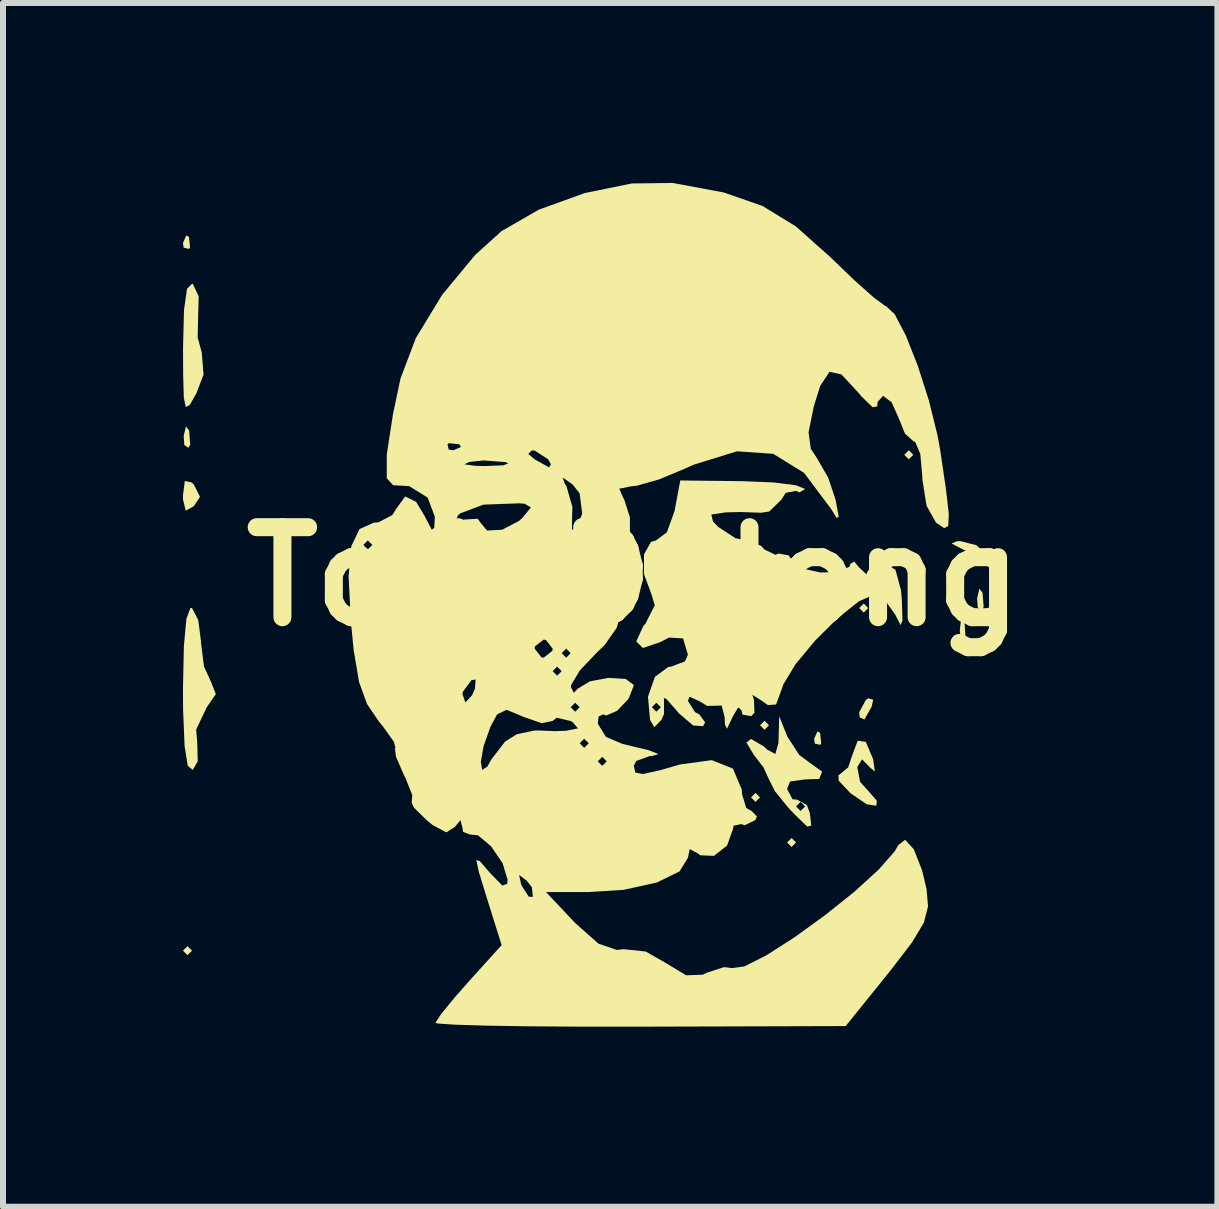
<source format=kicad_pcb>
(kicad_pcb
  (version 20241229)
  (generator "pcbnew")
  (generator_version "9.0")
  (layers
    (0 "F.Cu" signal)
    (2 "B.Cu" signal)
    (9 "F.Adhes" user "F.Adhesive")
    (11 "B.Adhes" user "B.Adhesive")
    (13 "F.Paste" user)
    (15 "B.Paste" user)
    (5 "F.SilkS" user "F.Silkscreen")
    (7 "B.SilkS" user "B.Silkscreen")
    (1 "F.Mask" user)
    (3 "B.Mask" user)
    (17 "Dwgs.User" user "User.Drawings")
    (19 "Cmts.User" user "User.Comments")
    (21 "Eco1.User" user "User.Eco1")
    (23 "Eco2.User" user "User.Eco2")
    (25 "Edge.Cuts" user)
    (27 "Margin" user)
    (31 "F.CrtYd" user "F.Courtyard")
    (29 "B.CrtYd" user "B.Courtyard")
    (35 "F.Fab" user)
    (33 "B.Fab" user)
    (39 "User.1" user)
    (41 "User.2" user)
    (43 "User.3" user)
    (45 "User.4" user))
  (footprint "ToddDelong"
    (layer "F.Cu")
    (at 7.515 6.56)
    (property "Reference" "ToddDelong" (at 0 0 0) (layer "F.SilkS") (effects (font (size 1.5 1.5) (thickness 0.3))))
    (attr board_only exclude_from_pos_files exclude_from_bom)
    (fp_poly (pts (xy -7.364 6.237) (xy -7.44 6.312) (xy -7.515 6.237) (xy -7.44 6.162)) (stroke (width 0) (type solid)) (fill yes) (layer "F.SilkS"))
    (fp_poly (pts (xy 2.104 3.682) (xy 2.029 3.757) (xy 1.954 3.682) (xy 2.029 3.607)) (stroke (width 0) (type solid)) (fill yes) (layer "F.SilkS"))
    (fp_poly (pts (xy 2.254 2.48) (xy 2.179 2.555) (xy 2.104 2.48) (xy 2.179 2.405)) (stroke (width 0) (type solid)) (fill yes) (layer "F.SilkS"))
    (fp_poly (pts (xy 2.705 4.434) (xy 2.63 4.509) (xy 2.555 4.434) (xy 2.63 4.359)) (stroke (width 0) (type solid)) (fill yes) (layer "F.SilkS"))
    (fp_poly (pts (xy 3.908 0.526) (xy 3.833 0.601) (xy 3.757 0.526) (xy 3.833 0.451)) (stroke (width 0) (type solid)) (fill yes) (layer "F.SilkS"))
    (fp_poly (pts (xy 4.659 -2.029) (xy 4.584 -1.954) (xy 4.509 -2.029) (xy 4.584 -2.104)) (stroke (width 0) (type solid)) (fill yes) (layer "F.SilkS"))
    (fp_poly (pts (xy -7.415 -5.661) (xy -7.397 -5.483) (xy -7.415 -5.461) (xy -7.504 -5.481) (xy -7.515 -5.561) (xy -7.46 -5.685)) (stroke (width 0) (type solid)) (fill yes) (layer "F.SilkS"))
    (fp_poly (pts (xy -7.412 -2.433) (xy -7.394 -2.198) (xy -7.424 -2.145) (xy -7.492 -2.19) (xy -7.503 -2.342) (xy -7.466 -2.502)) (stroke (width 0) (type solid)) (fill yes) (layer "F.SilkS"))
    (fp_poly (pts (xy 3.106 2.605) (xy 3.124 2.783) (xy 3.106 2.806) (xy 3.017 2.785) (xy 3.006 2.705) (xy 3.061 2.582)) (stroke (width 0) (type solid)) (fill yes) (layer "F.SilkS"))
    (fp_poly (pts (xy 5.51 0.714) (xy 5.53 1.022) (xy 5.51 1.09) (xy 5.455 1.109) (xy 5.434 0.902) (xy 5.458 0.688)) (stroke (width 0) (type solid)) (fill yes) (layer "F.SilkS"))
    (fp_poly (pts (xy 5.814 0.272) (xy 5.832 0.507) (xy 5.802 0.56) (xy 5.734 0.516) (xy 5.723 0.363) (xy 5.76 0.203)) (stroke (width 0) (type solid)) (fill yes) (layer "F.SilkS"))
    (fp_poly (pts (xy 3.991 2.054) (xy 3.965 2.171) (xy 3.844 2.383) (xy 3.765 2.348) (xy 3.757 2.263) (xy 3.867 2.06) (xy 3.906 2.03)) (stroke (width 0) (type solid)) (fill yes) (layer "F.SilkS"))
    (fp_poly (pts (xy -7.371 -1.568) (xy -7.334 -1.533) (xy -7.231 -1.328) (xy -7.334 -1.172) (xy -7.469 -1.098) (xy -7.514 -1.28) (xy -7.515 -1.353) (xy -7.484 -1.592)) (stroke (width 0) (type solid)) (fill yes) (layer "F.SilkS"))
    (fp_poly (pts (xy 5.71 -0.522) (xy 5.786 -0.451) (xy 5.845 -0.335) (xy 5.759 -0.338) (xy 5.486 -0.451) (xy 5.297 -0.55) (xy 5.382 -0.587) (xy 5.439 -0.591)) (stroke (width 0) (type solid)) (fill yes) (layer "F.SilkS"))
    (fp_poly (pts (xy -7.35 -4.876) (xy -7.253 -4.669) (xy -7.261 -4.38) (xy -7.27 -3.986) (xy -7.202 -3.735) (xy -7.172 -3.366) (xy -7.29 -3.057) (xy -7.401 -2.861) (xy -7.468 -2.823) (xy -7.501 -2.982) (xy -7.512 -3.377) (xy -7.514 -3.804) (xy -7.498 -4.441) (xy -7.448 -4.795) (xy -7.362 -4.882)) (stroke (width 0) (type solid)) (fill yes) (layer "F.SilkS"))
    (fp_poly (pts (xy -7.364 0.526) (xy -7.26 0.727) (xy -7.214 1.087) (xy -7.214 1.106) (xy -7.165 1.498) (xy -7.045 1.762) (xy -7.044 1.764) (xy -6.967 1.961) (xy -7.119 2.18) (xy -7.295 2.551) (xy -7.277 2.775) (xy -7.269 3.081) (xy -7.352 3.224) (xy -7.435 3.157) (xy -7.488 2.825) (xy -7.513 2.215) (xy -7.515 1.879) (xy -7.5 1.162) (xy -7.458 0.705) (xy -7.39 0.523)) (stroke (width 0) (type solid)) (fill yes) (layer "F.SilkS"))
    (fp_poly (pts (xy 3.867 2.756) (xy 3.989 3.043) (xy 4.019 3.251) (xy 3.94 3.187) (xy 3.932 3.177) (xy 3.805 3.047) (xy 3.725 3.177) (xy 3.773 3.424) (xy 3.894 3.557) (xy 4.051 3.737) (xy 4.044 3.821) (xy 3.883 3.797) (xy 3.617 3.616) (xy 3.608 3.608) (xy 3.415 3.403) (xy 3.412 3.307) (xy 3.423 3.307) (xy 3.575 3.18) (xy 3.634 3) (xy 3.732 2.737)) (stroke (width 0) (type solid)) (fill yes) (layer "F.SilkS"))
    (fp_poly (pts (xy 2.561 2.671) (xy 2.757 2.973) (xy 2.927 3.1) (xy 3.139 3.252) (xy 3.091 3.375) (xy 2.856 3.382) (xy 2.605 3.417) (xy 2.555 3.541) (xy 2.646 3.713) (xy 2.723 3.72) (xy 2.885 3.81) (xy 2.935 3.945) (xy 2.958 4.154) (xy 2.891 4.168) (xy 2.688 3.973) (xy 2.581 3.86) (xy 2.558 3.833) (xy 2.705 3.833) (xy 2.78 3.908) (xy 2.856 3.833) (xy 2.78 3.757) (xy 2.705 3.833) (xy 2.558 3.833) (xy 2.353 3.58) (xy 2.255 3.387) (xy 2.254 3.384) (xy 2.163 3.184) (xy 2.006 2.98) (xy 1.877 2.767) (xy 1.954 2.708) (xy 2.167 2.832) (xy 2.224 2.886) (xy 2.36 2.959) (xy 2.411 2.776) (xy 2.414 2.698) (xy 2.424 2.33)) (stroke (width 0) (type solid)) (fill yes) (layer "F.SilkS"))
    (fp_poly (pts (xy 1.815 -1.589) (xy 2.33 -1.568) (xy 2.702 -1.521) (xy 2.855 -1.46) (xy 2.855 -1.457) (xy 2.761 -1.402) (xy 2.704 -1.428) (xy 2.533 -1.395) (xy 2.46 -1.281) (xy 2.259 -1.084) (xy 2.123 -1.063) (xy 1.774 -1.075) (xy 1.53 -1.069) (xy 1.292 -1.033) (xy 1.32 -0.918) (xy 1.406 -0.827) (xy 1.693 -0.64) (xy 1.859 -0.601) (xy 2.121 -0.512) (xy 2.181 -0.448) (xy 2.362 -0.362) (xy 2.416 -0.383) (xy 2.584 -0.351) (xy 2.633 -0.273) (xy 2.805 -0.136) (xy 3.107 -0.067) (xy 3.413 -0.074) (xy 3.597 -0.165) (xy 3.609 -0.209) (xy 3.673 -0.25) (xy 3.757 -0.15) (xy 3.877 -0.038) (xy 3.905 -0.099) (xy 4.028 -0.229) (xy 4.171 -0.236) (xy 4.362 -0.111) (xy 4.455 0.232) (xy 4.468 0.389) (xy 4.479 0.735) (xy 4.447 0.809) (xy 4.36 0.64) (xy 4.36 0.639) (xy 4.175 0.378) (xy 4.012 0.301) (xy 3.756 0.411) (xy 3.401 0.692) (xy 3.023 1.068) (xy 2.695 1.463) (xy 2.491 1.802) (xy 2.468 1.871) (xy 2.371 2.134) (xy 2.234 2.143) (xy 2.133 2.071) (xy 1.977 1.972) (xy 2.003 2.056) (xy 2.011 2.272) (xy 1.956 2.328) (xy 1.813 2.303) (xy 1.793 2.226) (xy 1.74 2.182) (xy 1.653 2.33) (xy 1.553 2.538) (xy 1.52 2.472) (xy 1.514 2.342) (xy 1.465 2.151) (xy 1.404 2.153) (xy 1.223 2.157) (xy 1.103 2.084) (xy 0.93 2.003) (xy 0.902 2.073) (xy 1.021 2.261) (xy 1.09 2.296) (xy 1.189 2.43) (xy 1.155 2.495) (xy 0.989 2.483) (xy 0.75 2.279) (xy 0.728 2.252) (xy 0.546 2.044) (xy 0.496 2.02) (xy 0.503 2.036) (xy 0.504 2.291) (xy 0.459 2.391) (xy 0.342 2.513) (xy 0.271 2.39) (xy 0.252 2.179) (xy 0.301 2.179) (xy 0.376 2.254) (xy 0.451 2.179) (xy 0.376 2.104) (xy 0.301 2.179) (xy 0.252 2.179) (xy 0.236 2.004) (xy 0.352 1.673) (xy 0.576 1.507) (xy 0.619 1.503) (xy 0.853 1.415) (xy 0.902 1.303) (xy 0.821 1.032) (xy 0.587 1.018) (xy 0.442 1.093) (xy 0.152 1.192) (xy 0.041 1.083) (xy 0.158 0.828) (xy 0.194 0.787) (xy 0.349 0.48) (xy 0.295 0.297) (xy 0.17 -0.039) (xy 0.17 -0.368) (xy 0.286 -0.577) (xy 0.369 -0.601) (xy 0.551 -0.737) (xy 0.679 -1.09) (xy 0.681 -1.101) (xy 0.775 -1.601)) (stroke (width 0) (type solid)) (fill yes) (layer "F.SilkS"))
    (fp_poly (pts (xy 0.662 -6.558) (xy 1.501 -6.401) (xy 2.145 -6.177) (xy 2.7 -5.837) (xy 3.27 -5.33) (xy 3.279 -5.321) (xy 3.682 -4.934) (xy 4.004 -4.647) (xy 4.188 -4.513) (xy 4.202 -4.509) (xy 4.348 -4.374) (xy 4.534 -4.019) (xy 4.733 -3.516) (xy 4.918 -2.937) (xy 5.063 -2.353) (xy 5.108 -2.104) (xy 5.205 -1.446) (xy 5.251 -1.039) (xy 5.242 -0.841) (xy 5.175 -0.806) (xy 5.048 -0.891) (xy 5.035 -0.902) (xy 4.88 -1.18) (xy 4.81 -1.62) (xy 4.809 -1.672) (xy 4.776 -2.041) (xy 4.692 -2.242) (xy 4.662 -2.254) (xy 4.52 -2.382) (xy 4.42 -2.63) (xy 4.299 -2.903) (xy 4.156 -3.011) (xy 4.064 -2.911) (xy 4.058 -2.835) (xy 3.981 -2.821) (xy 3.79 -3.007) (xy 3.746 -3.061) (xy 3.461 -3.369) (xy 3.262 -3.412) (xy 3.107 -3.177) (xy 3.002 -2.841) (xy 2.913 -2.403) (xy 2.951 -2.128) (xy 3.051 -1.977) (xy 3.241 -1.647) (xy 3.364 -1.278) (xy 3.416 -0.994) (xy 3.382 -0.977) (xy 3.288 -1.127) (xy 2.838 -1.728) (xy 2.324 -2.045) (xy 1.719 -2.087) (xy 0.993 -1.862) (xy 0.866 -1.804) (xy 0.423 -1.619) (xy 0.049 -1.513) (xy -0.047 -1.503) (xy -0.242 -1.464) (xy -0.175 -1.307) (xy -0.163 -1.293) (xy -0.065 -0.987) (xy -0.063 -0.413) (xy -0.089 -0.097) (xy -0.169 0.482) (xy -0.288 0.861) (xy -0.486 1.142) (xy -0.621 1.272) (xy -0.9 1.566) (xy -1.044 1.807) (xy -1.05 1.842) (xy -1 1.938) (xy -0.937 1.872) (xy -0.733 1.748) (xy -0.423 1.69) (xy -0.136 1.707) (xy -0.001 1.807) (xy 0 1.816) (xy -0.087 2.038) (xy -0.278 2.239) (xy -0.464 2.318) (xy -0.508 2.297) (xy -0.587 2.334) (xy -0.601 2.452) (xy -0.465 2.673) (xy -0.188 2.791) (xy 0.251 2.896) (xy 0.412 2.96) (xy 0.314 2.991) (xy 0.263 2.994) (xy 0.04 3.075) (xy 0 3.156) (xy 0.026 3.269) (xy 0.15 3.293) (xy 0.444 3.228) (xy 0.767 3.134) (xy 1.3 3.061) (xy 1.653 3.203) (xy 1.8 3.55) (xy 1.804 3.626) (xy 1.874 3.859) (xy 1.963 3.908) (xy 2.052 4) (xy 2.027 4.06) (xy 1.847 4.147) (xy 1.793 4.127) (xy 1.663 4.153) (xy 1.653 4.21) (xy 1.555 4.485) (xy 1.336 4.657) (xy 1.107 4.647) (xy 1.072 4.619) (xy 0.932 4.543) (xy 0.902 4.69) (xy 0.762 4.916) (xy 0.384 5.101) (xy -0.17 5.223) (xy -0.754 5.26) (xy -1.463 5.26) (xy -0.976 5.777) (xy -0.589 6.12) (xy -0.28 6.226) (xy -0.175 6.212) (xy 0.199 6.251) (xy 0.536 6.444) (xy 0.873 6.648) (xy 1.146 6.638) (xy 1.222 6.603) (xy 1.506 6.511) (xy 1.637 6.528) (xy 1.844 6.5) (xy 2.212 6.313) (xy 2.681 6.013) (xy 3.189 5.645) (xy 3.678 5.254) (xy 4.085 4.883) (xy 4.351 4.579) (xy 4.407 4.479) (xy 4.523 4.389) (xy 4.667 4.546) (xy 4.807 4.901) (xy 4.88 5.211) (xy 4.905 5.498) (xy 4.836 5.769) (xy 4.637 6.101) (xy 4.274 6.574) (xy 4.252 6.601) (xy 3.532 7.494) (xy 0.113 7.504) (xy -0.865 7.504) (xy -1.733 7.498) (xy -2.451 7.487) (xy -2.975 7.471) (xy -3.263 7.452) (xy -3.307 7.44) (xy -3.214 7.296) (xy -2.976 7.006) (xy -2.755 6.755) (xy -2.203 6.144) (xy -2.448 5.364) (xy -2.584 4.922) (xy -2.625 4.727) (xy -2.568 4.743) (xy -2.407 4.929) (xy -2.398 4.939) (xy -2.192 5.152) (xy -2.11 5.123) (xy -2.104 5.053) (xy -2.128 4.975) (xy -1.911 4.975) (xy -1.88 5.126) (xy -1.869 5.154) (xy -1.75 5.338) (xy -1.682 5.339) (xy -1.699 5.18) (xy -1.785 5.07) (xy -1.911 4.975) (xy -2.128 4.975) (xy -2.187 4.779) (xy -2.378 4.499) (xy -2.596 4.314) (xy -2.732 4.3) (xy -2.845 4.257) (xy -2.858 4.18) (xy -2.889 4.061) (xy -2.982 4.174) (xy -3.125 4.265) (xy -3.358 4.14) (xy -3.453 4.061) (xy -3.665 3.853) (xy -3.707 3.758) (xy -3.701 3.757) (xy -3.693 3.642) (xy -3.806 3.36) (xy -3.833 3.307) (xy -3.927 3.09) (xy -2.55 3.09) (xy -2.527 3.225) (xy -2.439 3.166) (xy -2.392 3.081) (xy -0.601 3.081) (xy -0.526 3.156) (xy -0.451 3.081) (xy -0.526 3.006) (xy -0.601 3.081) (xy -2.392 3.081) (xy -2.373 3.047) (xy -2.167 2.78) (xy -0.902 2.78) (xy -0.827 2.856) (xy -0.751 2.78) (xy -0.827 2.705) (xy -0.902 2.78) (xy -2.167 2.78) (xy -2.145 2.751) (xy -1.948 2.628) (xy -1.657 2.568) (xy -1.556 2.568) (xy -1.31 2.578) (xy -1.127 2.571) (xy -0.931 2.532) (xy -1.013 2.433) (xy -1.048 2.41) (xy -1.284 2.354) (xy -1.354 2.408) (xy -1.534 2.446) (xy -1.831 2.342) (xy -2.12 2.222) (xy -2.279 2.298) (xy -2.389 2.504) (xy -2.504 2.828) (xy -2.55 3.09) (xy -3.927 3.09) (xy -3.964 3.006) (xy -3.983 2.859) (xy -3.973 2.856) (xy -3.999 2.756) (xy -4.175 2.508) (xy -4.247 2.42) (xy -4.411 2.179) (xy -1.052 2.179) (xy -0.977 2.254) (xy -0.902 2.179) (xy -0.977 2.104) (xy -1.052 2.179) (xy -4.411 2.179) (xy -4.447 2.125) (xy -4.506 1.963) (xy -2.856 1.963) (xy -2.807 2.099) (xy -2.696 1.98) (xy -2.648 1.871) (xy -2.637 1.716) (xy -2.707 1.729) (xy -2.85 1.922) (xy -2.856 1.963) (xy -4.506 1.963) (xy -4.58 1.758) (xy -4.61 1.578) (xy -1.353 1.578) (xy -1.278 1.653) (xy -1.202 1.578) (xy -1.278 1.503) (xy -1.353 1.578) (xy -4.61 1.578) (xy -4.669 1.233) (xy -4.672 1.202) (xy -1.653 1.202) (xy -1.539 1.348) (xy -1.503 1.353) (xy -1.407 1.278) (xy -1.202 1.278) (xy -1.127 1.353) (xy -1.052 1.278) (xy -1.127 1.202) (xy -1.202 1.278) (xy -1.407 1.278) (xy -1.357 1.238) (xy -1.353 1.202) (xy -1.467 1.056) (xy -1.503 1.052) (xy -1.649 1.166) (xy -1.653 1.202) (xy -4.672 1.202) (xy -4.716 0.751) (xy -4.754 -0.004) (xy -4.709 -0.505) (xy -4.699 -0.526) (xy -4.509 -0.526) (xy -4.434 -0.451) (xy -4.359 -0.526) (xy -4.434 -0.601) (xy -4.509 -0.526) (xy -4.699 -0.526) (xy -4.573 -0.79) (xy -4.333 -0.898) (xy -4.26 -0.902) (xy -4.026 -1.023) (xy -3.962 -1.127) (xy -3.81 -1.335) (xy -3.628 -1.244) (xy -3.49 -1.014) (xy -3.368 -0.779) (xy -3.326 -0.811) (xy -3.321 -0.916) (xy -2.976 -0.916) (xy -2.818 -0.95) (xy -2.602 -0.963) (xy -2.555 -0.897) (xy -2.446 -0.766) (xy -2.195 -0.78) (xy -1.914 -0.926) (xy -1.857 -0.977) (xy -1.715 -1.152) (xy -1.819 -1.212) (xy -1.906 -1.22) (xy -2.507 -1.198) (xy -2.891 -1.054) (xy -2.931 -1.017) (xy -2.976 -0.916) (xy -3.321 -0.916) (xy -3.317 -0.998) (xy -3.436 -1.315) (xy -3.744 -1.506) (xy -4.012 -1.522) (xy -4.118 -1.637) (xy -4.118 -1.651) (xy -1.185 -1.651) (xy -1.154 -1.557) (xy -1.122 -1.503) (xy -1.023 -1.159) (xy -1.028 -1.014) (xy -1.031 -0.779) (xy -0.954 -0.803) (xy -0.86 -1.047) (xy -0.903 -1.386) (xy -1.021 -1.535) (xy -1.185 -1.651) (xy -4.118 -1.651) (xy -4.118 -1.87) (xy -2.824 -1.87) (xy -2.644 -1.845) (xy -2.48 -1.841) (xy -2.171 -1.854) (xy -2.091 -1.888) (xy -2.14 -1.907) (xy -2.501 -1.935) (xy -2.741 -1.91) (xy -2.824 -1.87) (xy -4.118 -1.87) (xy -4.118 -2.032) (xy -4.116 -2.043) (xy -1.759 -2.043) (xy -1.653 -1.954) (xy -1.413 -1.819) (xy -1.381 -1.87) (xy -1.428 -1.954) (xy -1.647 -2.097) (xy -1.7 -2.102) (xy -1.759 -2.043) (xy -4.116 -2.043) (xy -4.092 -2.204) (xy -3.106 -2.204) (xy -3.085 -2.115) (xy -3.006 -2.104) (xy -2.882 -2.159) (xy -2.906 -2.204) (xy -3.084 -2.222) (xy -3.106 -2.204) (xy -4.092 -2.204) (xy -4.014 -2.708) (xy -3.889 -3.3) (xy -3.634 -3.973) (xy -3.195 -4.695) (xy -2.645 -5.36) (xy -2.205 -5.757) (xy -1.583 -6.115) (xy -0.817 -6.392) (xy -0.032 -6.552) (xy 0.647 -6.56)) (stroke (width 0) (type solid)) (fill yes) (layer "F.SilkS")))
  (gr_rect
    (start -3 -3)
    (end 17.243 17.065)
    (stroke (width 0.1) (type default))
    (fill no)
    (layer "Edge.Cuts")))
</source>
